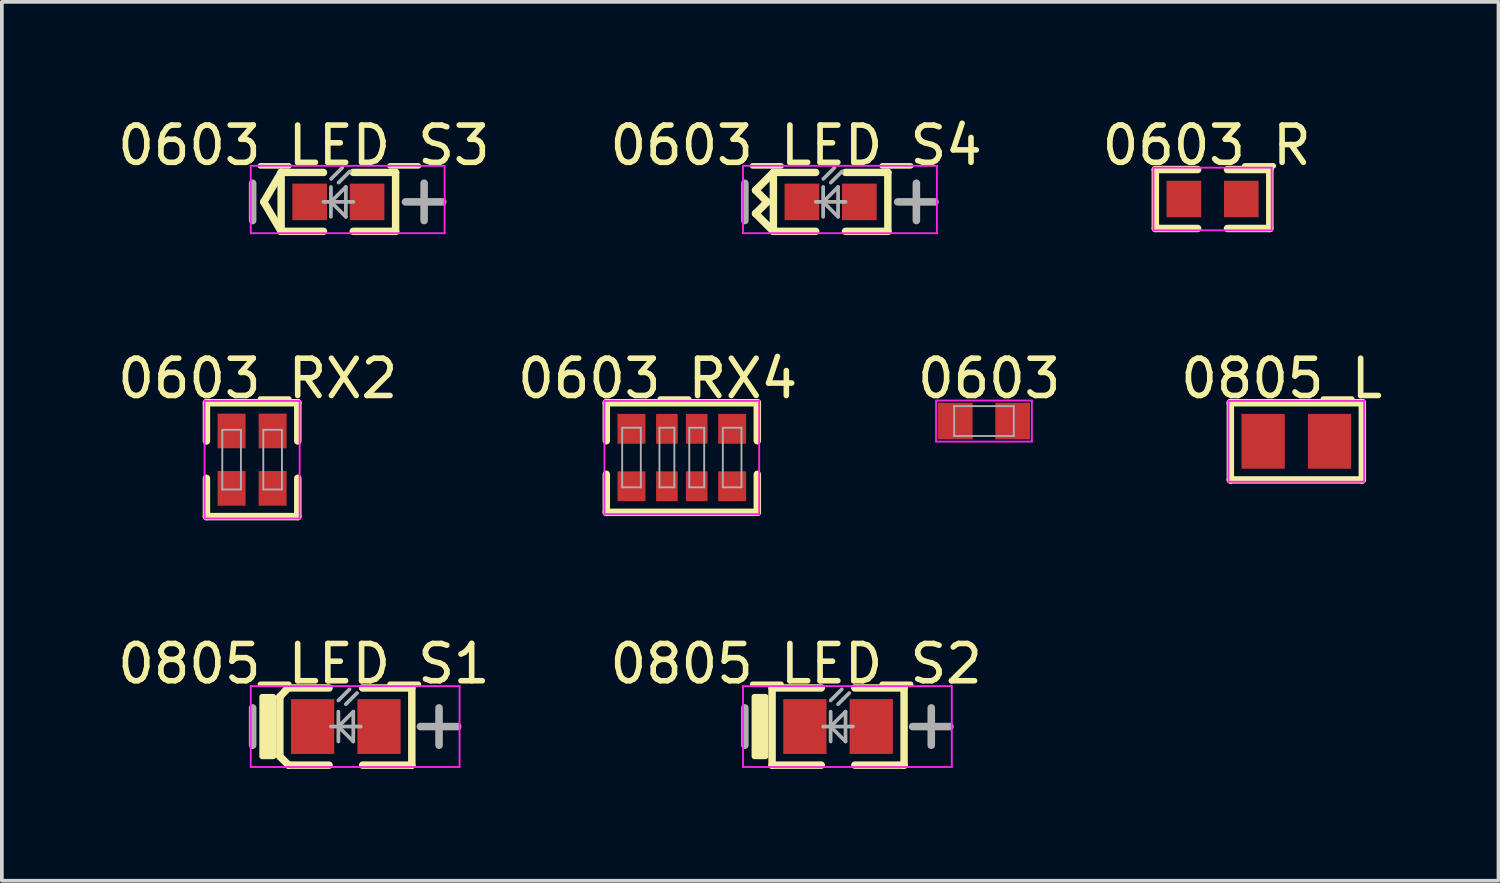
<source format=kicad_pcb>
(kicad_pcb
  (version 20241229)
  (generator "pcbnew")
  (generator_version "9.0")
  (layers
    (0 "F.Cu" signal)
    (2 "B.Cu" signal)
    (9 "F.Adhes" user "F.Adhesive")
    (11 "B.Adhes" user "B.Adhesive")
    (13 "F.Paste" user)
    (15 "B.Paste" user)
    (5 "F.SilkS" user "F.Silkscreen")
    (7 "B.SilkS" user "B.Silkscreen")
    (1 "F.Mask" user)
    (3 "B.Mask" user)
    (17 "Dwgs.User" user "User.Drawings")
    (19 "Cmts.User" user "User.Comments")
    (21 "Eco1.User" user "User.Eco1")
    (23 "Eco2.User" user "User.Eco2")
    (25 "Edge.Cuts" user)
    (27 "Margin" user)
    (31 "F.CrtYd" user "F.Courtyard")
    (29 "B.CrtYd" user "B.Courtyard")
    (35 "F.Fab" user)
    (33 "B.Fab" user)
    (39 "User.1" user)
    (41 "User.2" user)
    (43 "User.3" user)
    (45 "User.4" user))
  (footprint "0603_RX4"
    (layer "F.Cu")
    (at 15.238 9.222)
    (property "Reference" "0603_RX4" (at -0.649 -2.119 0) (layer "F.SilkS") (effects (font (size 1 1) (thickness 0.15))))
    (attr through_hole)
    (fp_line (start -2.025 -1.47) (end 2.025 -1.47) (stroke (width 0.2) (type solid)) (layer "F.SilkS"))
    (fp_line (start -2.025 -0.45) (end -2.025 -1.47) (stroke (width 0.2) (type solid)) (layer "F.SilkS"))
    (fp_line (start -2.025 1.47) (end -2.025 0.45) (stroke (width 0.2) (type solid)) (layer "F.SilkS"))
    (fp_line (start -2.025 1.47) (end 2.025 1.47) (stroke (width 0.2) (type solid)) (layer "F.SilkS"))
    (fp_line (start 2.025 -0.45) (end 2.025 -1.47) (stroke (width 0.2) (type solid)) (layer "F.SilkS"))
    (fp_line (start 2.025 1.47) (end 2.025 0.45) (stroke (width 0.2) (type solid)) (layer "F.SilkS"))
    (fp_line (start -2.075 -1.52) (end 2.075 -1.52) (stroke (width 0.05) (type solid)) (layer "F.CrtYd"))
    (fp_line (start -2.075 1.52) (end -2.075 -1.52) (stroke (width 0.05) (type solid)) (layer "F.CrtYd"))
    (fp_line (start 2.075 -1.52) (end 2.075 1.52) (stroke (width 0.05) (type solid)) (layer "F.CrtYd"))
    (fp_line (start 2.075 1.52) (end -2.075 1.52) (stroke (width 0.05) (type solid)) (layer "F.CrtYd"))
    (fp_line (start -1.6 -0.8) (end -1.1 -0.8) (stroke (width 0.05) (type solid)) (layer "F.Fab"))
    (fp_line (start -1.6 0.8) (end -1.6 -0.8) (stroke (width 0.05) (type solid)) (layer "F.Fab"))
    (fp_line (start -1.6 0.8) (end -1.1 0.8) (stroke (width 0.05) (type solid)) (layer "F.Fab"))
    (fp_line (start -1.1 0.8) (end -1.1 -0.8) (stroke (width 0.05) (type solid)) (layer "F.Fab"))
    (fp_line (start -0.6 -0.8) (end -0.2 -0.8) (stroke (width 0.05) (type solid)) (layer "F.Fab"))
    (fp_line (start -0.6 0.8) (end -0.6 -0.8) (stroke (width 0.05) (type solid)) (layer "F.Fab"))
    (fp_line (start -0.6 0.8) (end -0.2 0.8) (stroke (width 0.05) (type solid)) (layer "F.Fab"))
    (fp_line (start -0.2 0.8) (end -0.2 -0.8) (stroke (width 0.05) (type solid)) (layer "F.Fab"))
    (fp_line (start 0.2 -0.8) (end 0.6 -0.8) (stroke (width 0.05) (type solid)) (layer "F.Fab"))
    (fp_line (start 0.2 0.8) (end 0.2 -0.8) (stroke (width 0.05) (type solid)) (layer "F.Fab"))
    (fp_line (start 0.2 0.8) (end 0.6 0.8) (stroke (width 0.05) (type solid)) (layer "F.Fab"))
    (fp_line (start 0.6 0.8) (end 0.6 -0.8) (stroke (width 0.05) (type solid)) (layer "F.Fab"))
    (fp_line (start 1.1 -0.8) (end 1.6 -0.8) (stroke (width 0.05) (type solid)) (layer "F.Fab"))
    (fp_line (start 1.1 0.8) (end 1.1 -0.8) (stroke (width 0.05) (type solid)) (layer "F.Fab"))
    (fp_line (start 1.1 0.8) (end 1.6 0.8) (stroke (width 0.05) (type solid)) (layer "F.Fab"))
    (fp_line (start 1.6 0.8) (end 1.6 -0.8) (stroke (width 0.05) (type solid)) (layer "F.Fab"))
    (pad "1" smd rect (at -1.35 0.77 90) (size 0.8 0.75) (layers "F.Cu" "F.Mask" "F.Paste"))
    (pad "2" smd rect (at -0.4 0.77 90) (size 0.8 0.58) (layers "F.Cu" "F.Mask" "F.Paste"))
    (pad "3" smd rect (at 0.4 0.77 90) (size 0.8 0.58) (layers "F.Cu" "F.Mask" "F.Paste"))
    (pad "4" smd rect (at 1.35 0.77 90) (size 0.8 0.75) (layers "F.Cu" "F.Mask" "F.Paste"))
    (pad "5" smd rect (at 1.35 -0.77 90) (size 0.8 0.75) (layers "F.Cu" "F.Mask" "F.Paste"))
    (pad "6" smd rect (at 0.4 -0.77 90) (size 0.8 0.58) (layers "F.Cu" "F.Mask" "F.Paste"))
    (pad "7" smd rect (at -0.4 -0.77 90) (size 0.8 0.58) (layers "F.Cu" "F.Mask" "F.Paste"))
    (pad "8" smd rect (at -1.35 -0.77 90) (size 0.8 0.75) (layers "F.Cu" "F.Mask" "F.Paste")))
  (footprint "0603_LED_S3"
    (layer "F.Cu")
    (at 6.026 2.365)
    (property "Reference" "0603_LED_S3" (at -0.925 -1.516 0) (layer "F.SilkS") (effects (font (size 1 1) (thickness 0.15))))
    (attr through_hole)
    (fp_line (start -2 0) (end -1.535 -0.79) (stroke (width 0.2) (type solid)) (layer "F.SilkS"))
    (fp_line (start -2 0) (end -1.535 0.79) (stroke (width 0.2) (type solid)) (layer "F.SilkS"))
    (fp_line (start -1.535 -0.79) (end -0.4 -0.79) (stroke (width 0.2) (type solid)) (layer "F.SilkS"))
    (fp_line (start -1.535 0.79) (end -1.535 -0.79) (stroke (width 0.2) (type solid)) (layer "F.SilkS"))
    (fp_line (start -1.535 0.79) (end -0.4 0.79) (stroke (width 0.2) (type solid)) (layer "F.SilkS"))
    (fp_line (start 0.4 -0.79) (end 1.535 -0.79) (stroke (width 0.2) (type solid)) (layer "F.SilkS"))
    (fp_line (start 0.4 0.79) (end 1.535 0.79) (stroke (width 0.2) (type solid)) (layer "F.SilkS"))
    (fp_line (start 1.535 0.79) (end 1.535 -0.79) (stroke (width 0.2) (type solid)) (layer "F.SilkS"))
    (fp_line (start -2.35 -0.967) (end 2.85 -0.967) (stroke (width 0.05) (type solid)) (layer "F.CrtYd"))
    (fp_line (start -2.35 0.84) (end -2.35 -0.967) (stroke (width 0.05) (type solid)) (layer "F.CrtYd"))
    (fp_line (start 2.85 -0.967) (end 2.85 0.84) (stroke (width 0.05) (type solid)) (layer "F.CrtYd"))
    (fp_line (start 2.85 0.84) (end -2.35 0.84) (stroke (width 0.05) (type solid)) (layer "F.CrtYd"))
    (fp_line (start -2.3 0.5) (end -2.3 -0.5) (stroke (width 0.203) (type solid)) (layer "F.Fab"))
    (fp_line (start -0.4 0) (end 0.4 0) (stroke (width 0.1) (type solid)) (layer "F.Fab"))
    (fp_line (start -0.2 0) (end 0.2 -0.4) (stroke (width 0.1) (type solid)) (layer "F.Fab"))
    (fp_line (start -0.2 0) (end 0.2 0.4) (stroke (width 0.1) (type solid)) (layer "F.Fab"))
    (fp_line (start -0.2 0.4) (end -0.2 -0.4) (stroke (width 0.1) (type solid)) (layer "F.Fab"))
    (fp_line (start -0.195 -0.617) (end 0.105 -0.917) (stroke (width 0.1) (type solid)) (layer "F.Fab"))
    (fp_line (start 0.005 -0.517) (end 0.305 -0.817) (stroke (width 0.1) (type solid)) (layer "F.Fab"))
    (fp_line (start 0.2 0.4) (end 0.2 -0.4) (stroke (width 0.1) (type solid)) (layer "F.Fab"))
    (fp_line (start 1.8 0) (end 2.8 0) (stroke (width 0.203) (type solid)) (layer "F.Fab"))
    (fp_line (start 2.3 0.5) (end 2.3 -0.5) (stroke (width 0.203) (type solid)) (layer "F.Fab"))
    (pad "A" smd rect (at 0.77 0 180) (size 0.93 0.98) (layers "F.Cu" "F.Mask" "F.Paste"))
    (pad "K" smd rect (at -0.77 0 180) (size 0.93 0.98) (layers "F.Cu" "F.Mask" "F.Paste")))
  (footprint "0603"
    (layer "F.Cu")
    (at 23.342 8.244)
    (property "Reference" "0603" (at 0.14 -1.141 0) (layer "F.SilkS") (effects (font (size 1 1) (thickness 0.15))))
    (attr through_hole)
    (fp_line (start -1.285 -0.55) (end 1.285 -0.55) (stroke (width 0.05) (type solid)) (layer "F.CrtYd"))
    (fp_line (start -1.285 0.55) (end -1.285 -0.55) (stroke (width 0.05) (type solid)) (layer "F.CrtYd"))
    (fp_line (start 1.285 -0.55) (end 1.285 0.55) (stroke (width 0.05) (type solid)) (layer "F.CrtYd"))
    (fp_line (start 1.285 0.55) (end -1.285 0.55) (stroke (width 0.05) (type solid)) (layer "F.CrtYd"))
    (fp_line (start -0.8 -0.4) (end 0.8 -0.4) (stroke (width 0.05) (type solid)) (layer "F.Fab"))
    (fp_line (start -0.8 0.4) (end -0.8 -0.4) (stroke (width 0.05) (type solid)) (layer "F.Fab"))
    (fp_line (start -0.8 0.4) (end 0.8 0.4) (stroke (width 0.05) (type solid)) (layer "F.Fab"))
    (fp_line (start 0.8 0.4) (end 0.8 -0.4) (stroke (width 0.05) (type solid)) (layer "F.Fab"))
    (pad "1" smd rect (at -0.77 0) (size 0.93 0.98) (layers "F.Cu" "F.Mask" "F.Paste"))
    (pad "2" smd rect (at 0.77 0) (size 0.93 0.98) (layers "F.Cu" "F.Mask" "F.Paste")))
  (footprint "0603_RX2"
    (layer "F.Cu")
    (at 3.712 9.279)
    (property "Reference" "0603_RX2" (at 0.151 -2.176 0) (layer "F.SilkS") (effects (font (size 1 1) (thickness 0.15))))
    (attr through_hole)
    (fp_line (start -1.225 -1.527) (end 1.225 -1.527) (stroke (width 0.2) (type solid)) (layer "F.SilkS"))
    (fp_line (start -1.225 -0.5) (end -1.225 -1.527) (stroke (width 0.2) (type solid)) (layer "F.SilkS"))
    (fp_line (start -1.225 1.527) (end -1.225 0.5) (stroke (width 0.2) (type solid)) (layer "F.SilkS"))
    (fp_line (start -1.225 1.527) (end 1.225 1.527) (stroke (width 0.2) (type solid)) (layer "F.SilkS"))
    (fp_line (start 1.225 -0.5) (end 1.225 -1.527) (stroke (width 0.2) (type solid)) (layer "F.SilkS"))
    (fp_line (start 1.225 1.527) (end 1.225 0.5) (stroke (width 0.2) (type solid)) (layer "F.SilkS"))
    (fp_line (start -1.275 -1.577) (end 1.275 -1.577) (stroke (width 0.05) (type solid)) (layer "F.CrtYd"))
    (fp_line (start -1.275 1.577) (end -1.275 -1.577) (stroke (width 0.05) (type solid)) (layer "F.CrtYd"))
    (fp_line (start 1.275 -1.577) (end 1.275 1.577) (stroke (width 0.05) (type solid)) (layer "F.CrtYd"))
    (fp_line (start 1.275 1.577) (end -1.275 1.577) (stroke (width 0.05) (type solid)) (layer "F.CrtYd"))
    (fp_line (start -0.8 -0.8) (end -0.3 -0.8) (stroke (width 0.05) (type solid)) (layer "F.Fab"))
    (fp_line (start -0.8 0.8) (end -0.8 -0.8) (stroke (width 0.05) (type solid)) (layer "F.Fab"))
    (fp_line (start -0.8 0.8) (end -0.3 0.8) (stroke (width 0.05) (type solid)) (layer "F.Fab"))
    (fp_line (start -0.3 0.8) (end -0.3 -0.8) (stroke (width 0.05) (type solid)) (layer "F.Fab"))
    (fp_line (start 0.3 -0.8) (end 0.8 -0.8) (stroke (width 0.05) (type solid)) (layer "F.Fab"))
    (fp_line (start 0.3 0.8) (end 0.3 -0.8) (stroke (width 0.05) (type solid)) (layer "F.Fab"))
    (fp_line (start 0.3 0.8) (end 0.8 0.8) (stroke (width 0.05) (type solid)) (layer "F.Fab"))
    (fp_line (start 0.8 0.8) (end 0.8 -0.8) (stroke (width 0.05) (type solid)) (layer "F.Fab"))
    (pad "1" smd rect (at -0.55 0.77 90) (size 0.93 0.75) (layers "F.Cu" "F.Mask" "F.Paste"))
    (pad "2" smd rect (at 0.55 0.77 90) (size 0.93 0.75) (layers "F.Cu" "F.Mask" "F.Paste"))
    (pad "3" smd rect (at 0.55 -0.77 90) (size 0.93 0.75) (layers "F.Cu" "F.Mask" "F.Paste"))
    (pad "4" smd rect (at -0.55 -0.77 90) (size 0.93 0.75) (layers "F.Cu" "F.Mask" "F.Paste")))
  (footprint "0805_LED_S2"
    (layer "F.Cu")
    (at 19.429 16.438)
    (property "Reference" "0805_LED_S2" (at -1.125 -1.684 0) (layer "F.SilkS") (effects (font (size 1 1) (thickness 0.15))))
    (attr through_hole)
    (fp_line (start -1.77 -1.035) (end -0.45 -1.035) (stroke (width 0.2) (type solid)) (layer "F.SilkS"))
    (fp_line (start -1.77 1.035) (end -1.77 -1.035) (stroke (width 0.2) (type solid)) (layer "F.SilkS"))
    (fp_line (start -1.77 1.035) (end -0.45 1.035) (stroke (width 0.2) (type solid)) (layer "F.SilkS"))
    (fp_line (start 0.45 -1.035) (end 1.77 -1.035) (stroke (width 0.2) (type solid)) (layer "F.SilkS"))
    (fp_line (start 0.45 1.035) (end 1.77 1.035) (stroke (width 0.2) (type solid)) (layer "F.SilkS"))
    (fp_line (start 1.77 1.035) (end 1.77 -1.035) (stroke (width 0.2) (type solid)) (layer "F.SilkS"))
    (fp_poly (pts (xy -2.245 0.8) (xy -1.945 0.8) (xy -1.945 -0.8) (xy -2.245 -0.8)) (stroke (width 0.15) (type solid)) (fill yes) (layer "F.SilkS"))
    (fp_line (start -2.55 -1.085) (end 3.05 -1.085) (stroke (width 0.05) (type solid)) (layer "F.CrtYd"))
    (fp_line (start -2.55 1.085) (end -2.55 -1.085) (stroke (width 0.05) (type solid)) (layer "F.CrtYd"))
    (fp_line (start 3.05 -1.085) (end 3.05 1.085) (stroke (width 0.05) (type solid)) (layer "F.CrtYd"))
    (fp_line (start 3.05 1.085) (end -2.55 1.085) (stroke (width 0.05) (type solid)) (layer "F.CrtYd"))
    (fp_line (start -2.5 0.5) (end -2.5 -0.5) (stroke (width 0.203) (type solid)) (layer "F.Fab"))
    (fp_line (start -0.4 0) (end 0.4 0) (stroke (width 0.1) (type solid)) (layer "F.Fab"))
    (fp_line (start -0.2 -0.7) (end 0.1 -1) (stroke (width 0.1) (type solid)) (layer "F.Fab"))
    (fp_line (start -0.2 0) (end 0.2 -0.4) (stroke (width 0.1) (type solid)) (layer "F.Fab"))
    (fp_line (start -0.2 0) (end 0.2 0.4) (stroke (width 0.1) (type solid)) (layer "F.Fab"))
    (fp_line (start -0.2 0.4) (end -0.2 -0.4) (stroke (width 0.1) (type solid)) (layer "F.Fab"))
    (fp_line (start 0 -0.6) (end 0.3 -0.9) (stroke (width 0.1) (type solid)) (layer "F.Fab"))
    (fp_line (start 0.2 0.4) (end 0.2 -0.4) (stroke (width 0.1) (type solid)) (layer "F.Fab"))
    (fp_line (start 2 0) (end 3 0) (stroke (width 0.203) (type solid)) (layer "F.Fab"))
    (fp_line (start 2.5 0.5) (end 2.5 -0.5) (stroke (width 0.203) (type solid)) (layer "F.Fab"))
    (pad "A" smd rect (at 0.89 0 180) (size 1.16 1.47) (layers "F.Cu" "F.Mask" "F.Paste"))
    (pad "K" smd rect (at -0.89 0 180) (size 1.16 1.47) (layers "F.Cu" "F.Mask" "F.Paste")))
  (footprint "0603_LED_S4"
    (layer "F.Cu")
    (at 19.229 2.365)
    (property "Reference" "0603_LED_S4" (at -0.925 -1.516 0) (layer "F.SilkS") (effects (font (size 1 1) (thickness 0.15))))
    (attr through_hole)
    (fp_line (start -2.013 -0.312) (end -1.7 0) (stroke (width 0.2) (type solid)) (layer "F.SilkS"))
    (fp_line (start -2.013 -0.312) (end -1.535 -0.79) (stroke (width 0.2) (type solid)) (layer "F.SilkS"))
    (fp_line (start -2.013 0.312) (end -1.7 0) (stroke (width 0.2) (type solid)) (layer "F.SilkS"))
    (fp_line (start -2.013 0.312) (end -1.535 0.79) (stroke (width 0.2) (type solid)) (layer "F.SilkS"))
    (fp_line (start -1.535 -0.79) (end -0.4 -0.79) (stroke (width 0.2) (type solid)) (layer "F.SilkS"))
    (fp_line (start -1.535 0.79) (end -1.535 -0.79) (stroke (width 0.2) (type solid)) (layer "F.SilkS"))
    (fp_line (start -1.535 0.79) (end -0.4 0.79) (stroke (width 0.2) (type solid)) (layer "F.SilkS"))
    (fp_line (start 0.4 -0.79) (end 1.535 -0.79) (stroke (width 0.2) (type solid)) (layer "F.SilkS"))
    (fp_line (start 0.4 0.79) (end 1.535 0.79) (stroke (width 0.2) (type solid)) (layer "F.SilkS"))
    (fp_line (start 1.535 0.79) (end 1.535 -0.79) (stroke (width 0.2) (type solid)) (layer "F.SilkS"))
    (fp_line (start -2.35 -0.967) (end 2.85 -0.967) (stroke (width 0.05) (type solid)) (layer "F.CrtYd"))
    (fp_line (start -2.35 0.84) (end -2.35 -0.967) (stroke (width 0.05) (type solid)) (layer "F.CrtYd"))
    (fp_line (start 2.85 -0.967) (end 2.85 0.84) (stroke (width 0.05) (type solid)) (layer "F.CrtYd"))
    (fp_line (start 2.85 0.84) (end -2.35 0.84) (stroke (width 0.05) (type solid)) (layer "F.CrtYd"))
    (fp_line (start -2.3 0.5) (end -2.3 -0.5) (stroke (width 0.203) (type solid)) (layer "F.Fab"))
    (fp_line (start -0.4 0) (end 0.4 0) (stroke (width 0.1) (type solid)) (layer "F.Fab"))
    (fp_line (start -0.2 0) (end 0.2 -0.4) (stroke (width 0.1) (type solid)) (layer "F.Fab"))
    (fp_line (start -0.2 0) (end 0.2 0.4) (stroke (width 0.1) (type solid)) (layer "F.Fab"))
    (fp_line (start -0.2 0.4) (end -0.2 -0.4) (stroke (width 0.1) (type solid)) (layer "F.Fab"))
    (fp_line (start -0.195 -0.617) (end 0.105 -0.917) (stroke (width 0.1) (type solid)) (layer "F.Fab"))
    (fp_line (start 0.005 -0.517) (end 0.305 -0.817) (stroke (width 0.1) (type solid)) (layer "F.Fab"))
    (fp_line (start 0.2 0.4) (end 0.2 -0.4) (stroke (width 0.1) (type solid)) (layer "F.Fab"))
    (fp_line (start 1.8 0) (end 2.8 0) (stroke (width 0.203) (type solid)) (layer "F.Fab"))
    (fp_line (start 2.3 0.5) (end 2.3 -0.5) (stroke (width 0.203) (type solid)) (layer "F.Fab"))
    (pad "A" smd rect (at 0.77 0 180) (size 0.93 0.98) (layers "F.Cu" "F.Mask" "F.Paste"))
    (pad "K" smd rect (at -0.77 0 180) (size 0.93 0.98) (layers "F.Cu" "F.Mask" "F.Paste")))
  (footprint "0603_R"
    (layer "F.Cu")
    (at 29.474 2.288)
    (property "Reference" "0603_R" (at -0.159 -1.439 0) (layer "F.SilkS") (effects (font (size 1 1) (thickness 0.15))))
    (attr through_hole)
    (fp_line (start -1.535 -0.79) (end -0.4 -0.79) (stroke (width 0.2) (type solid)) (layer "F.SilkS"))
    (fp_line (start -1.535 0.79) (end -1.535 -0.79) (stroke (width 0.2) (type solid)) (layer "F.SilkS"))
    (fp_line (start -1.535 0.79) (end -0.4 0.79) (stroke (width 0.2) (type solid)) (layer "F.SilkS"))
    (fp_line (start 0.4 -0.79) (end 1.535 -0.79) (stroke (width 0.2) (type solid)) (layer "F.SilkS"))
    (fp_line (start 0.4 0.79) (end 1.535 0.79) (stroke (width 0.2) (type solid)) (layer "F.SilkS"))
    (fp_line (start 1.535 0.79) (end 1.535 -0.79) (stroke (width 0.2) (type solid)) (layer "F.SilkS"))
    (fp_line (start -1.585 -0.84) (end 1.585 -0.84) (stroke (width 0.05) (type solid)) (layer "F.CrtYd"))
    (fp_line (start -1.585 0.84) (end -1.585 -0.84) (stroke (width 0.05) (type solid)) (layer "F.CrtYd"))
    (fp_line (start 1.585 -0.84) (end 1.585 0.84) (stroke (width 0.05) (type solid)) (layer "F.CrtYd"))
    (fp_line (start 1.585 0.84) (end -1.585 0.84) (stroke (width 0.05) (type solid)) (layer "F.CrtYd"))
    (pad "1" smd rect (at -0.77 0) (size 0.93 0.98) (layers "F.Cu" "F.Mask" "F.Paste"))
    (pad "2" smd rect (at 0.77 0) (size 0.93 0.98) (layers "F.Cu" "F.Mask" "F.Paste")))
  (footprint "0805_LED_S1"
    (layer "F.Cu")
    (at 6.226 16.438)
    (property "Reference" "0805_LED_S1" (at -1.125 -1.684 0) (layer "F.SilkS") (effects (font (size 1 1) (thickness 0.15))))
    (attr through_hole)
    (fp_line (start -1.77 -0.8) (end -1.55 -1.035) (stroke (width 0.2) (type solid)) (layer "F.SilkS"))
    (fp_line (start -1.77 0.8) (end -1.77 -0.8) (stroke (width 0.2) (type solid)) (layer "F.SilkS"))
    (fp_line (start -1.77 0.8) (end -1.535 1.035) (stroke (width 0.2) (type solid)) (layer "F.SilkS"))
    (fp_line (start -1.55 -1.035) (end -0.45 -1.035) (stroke (width 0.2) (type solid)) (layer "F.SilkS"))
    (fp_line (start -1.535 1.035) (end -0.45 1.035) (stroke (width 0.2) (type solid)) (layer "F.SilkS"))
    (fp_line (start 0.45 -1.035) (end 1.77 -1.035) (stroke (width 0.2) (type solid)) (layer "F.SilkS"))
    (fp_line (start 0.45 1.035) (end 1.77 1.035) (stroke (width 0.2) (type solid)) (layer "F.SilkS"))
    (fp_line (start 1.77 1.035) (end 1.77 -1.035) (stroke (width 0.2) (type solid)) (layer "F.SilkS"))
    (fp_poly (pts (xy -2.245 0.8) (xy -1.945 0.8) (xy -1.945 -0.8) (xy -2.245 -0.8)) (stroke (width 0.15) (type solid)) (fill yes) (layer "F.SilkS"))
    (fp_line (start -2.55 -1.085) (end 3.05 -1.085) (stroke (width 0.05) (type solid)) (layer "F.CrtYd"))
    (fp_line (start -2.55 1.085) (end -2.55 -1.085) (stroke (width 0.05) (type solid)) (layer "F.CrtYd"))
    (fp_line (start 3.05 -1.085) (end 3.05 1.085) (stroke (width 0.05) (type solid)) (layer "F.CrtYd"))
    (fp_line (start 3.05 1.085) (end -2.55 1.085) (stroke (width 0.05) (type solid)) (layer "F.CrtYd"))
    (fp_line (start -2.5 0.5) (end -2.5 -0.5) (stroke (width 0.203) (type solid)) (layer "F.Fab"))
    (fp_line (start -0.4 0) (end 0.4 0) (stroke (width 0.1) (type solid)) (layer "F.Fab"))
    (fp_line (start -0.2 -0.7) (end 0.1 -1) (stroke (width 0.1) (type solid)) (layer "F.Fab"))
    (fp_line (start -0.2 0) (end 0.2 -0.4) (stroke (width 0.1) (type solid)) (layer "F.Fab"))
    (fp_line (start -0.2 0) (end 0.2 0.4) (stroke (width 0.1) (type solid)) (layer "F.Fab"))
    (fp_line (start -0.2 0.4) (end -0.2 -0.4) (stroke (width 0.1) (type solid)) (layer "F.Fab"))
    (fp_line (start 0 -0.6) (end 0.3 -0.9) (stroke (width 0.1) (type solid)) (layer "F.Fab"))
    (fp_line (start 0.2 0.4) (end 0.2 -0.4) (stroke (width 0.1) (type solid)) (layer "F.Fab"))
    (fp_line (start 2 0) (end 3 0) (stroke (width 0.203) (type solid)) (layer "F.Fab"))
    (fp_line (start 2.5 0.5) (end 2.5 -0.5) (stroke (width 0.203) (type solid)) (layer "F.Fab"))
    (pad "A" smd rect (at 0.89 0 180) (size 1.16 1.47) (layers "F.Cu" "F.Mask" "F.Paste"))
    (pad "K" smd rect (at -0.89 0 180) (size 1.16 1.47) (layers "F.Cu" "F.Mask" "F.Paste")))
  (footprint "0805_L"
    (layer "F.Cu")
    (at 31.721 8.787)
    (property "Reference" "0805_L" (at -0.394 -1.684 0) (layer "F.SilkS") (effects (font (size 1 1) (thickness 0.15))))
    (attr through_hole)
    (fp_line (start -1.77 -1.035) (end 1.77 -1.035) (stroke (width 0.2) (type solid)) (layer "F.SilkS"))
    (fp_line (start -1.77 1.035) (end -1.77 -1.035) (stroke (width 0.2) (type solid)) (layer "F.SilkS"))
    (fp_line (start -1.77 1.035) (end 1.77 1.035) (stroke (width 0.2) (type solid)) (layer "F.SilkS"))
    (fp_line (start 1.77 1.035) (end 1.77 -1.035) (stroke (width 0.2) (type solid)) (layer "F.SilkS"))
    (fp_line (start -1.82 -1.085) (end 1.82 -1.085) (stroke (width 0.05) (type solid)) (layer "F.CrtYd"))
    (fp_line (start -1.82 1.085) (end -1.82 -1.085) (stroke (width 0.05) (type solid)) (layer "F.CrtYd"))
    (fp_line (start 1.82 -1.085) (end 1.82 1.085) (stroke (width 0.05) (type solid)) (layer "F.CrtYd"))
    (fp_line (start 1.82 1.085) (end -1.82 1.085) (stroke (width 0.05) (type solid)) (layer "F.CrtYd"))
    (pad "1" smd rect (at -0.89 0) (size 1.16 1.47) (layers "F.Cu" "F.Mask" "F.Paste"))
    (pad "2" smd rect (at 0.89 0) (size 1.16 1.47) (layers "F.Cu" "F.Mask" "F.Paste")))
  (gr_rect
    (start -3 -3)
    (end 37.143 20.573)
    (stroke (width 0.1) (type default))
    (fill no)
    (layer "Edge.Cuts")))
</source>
